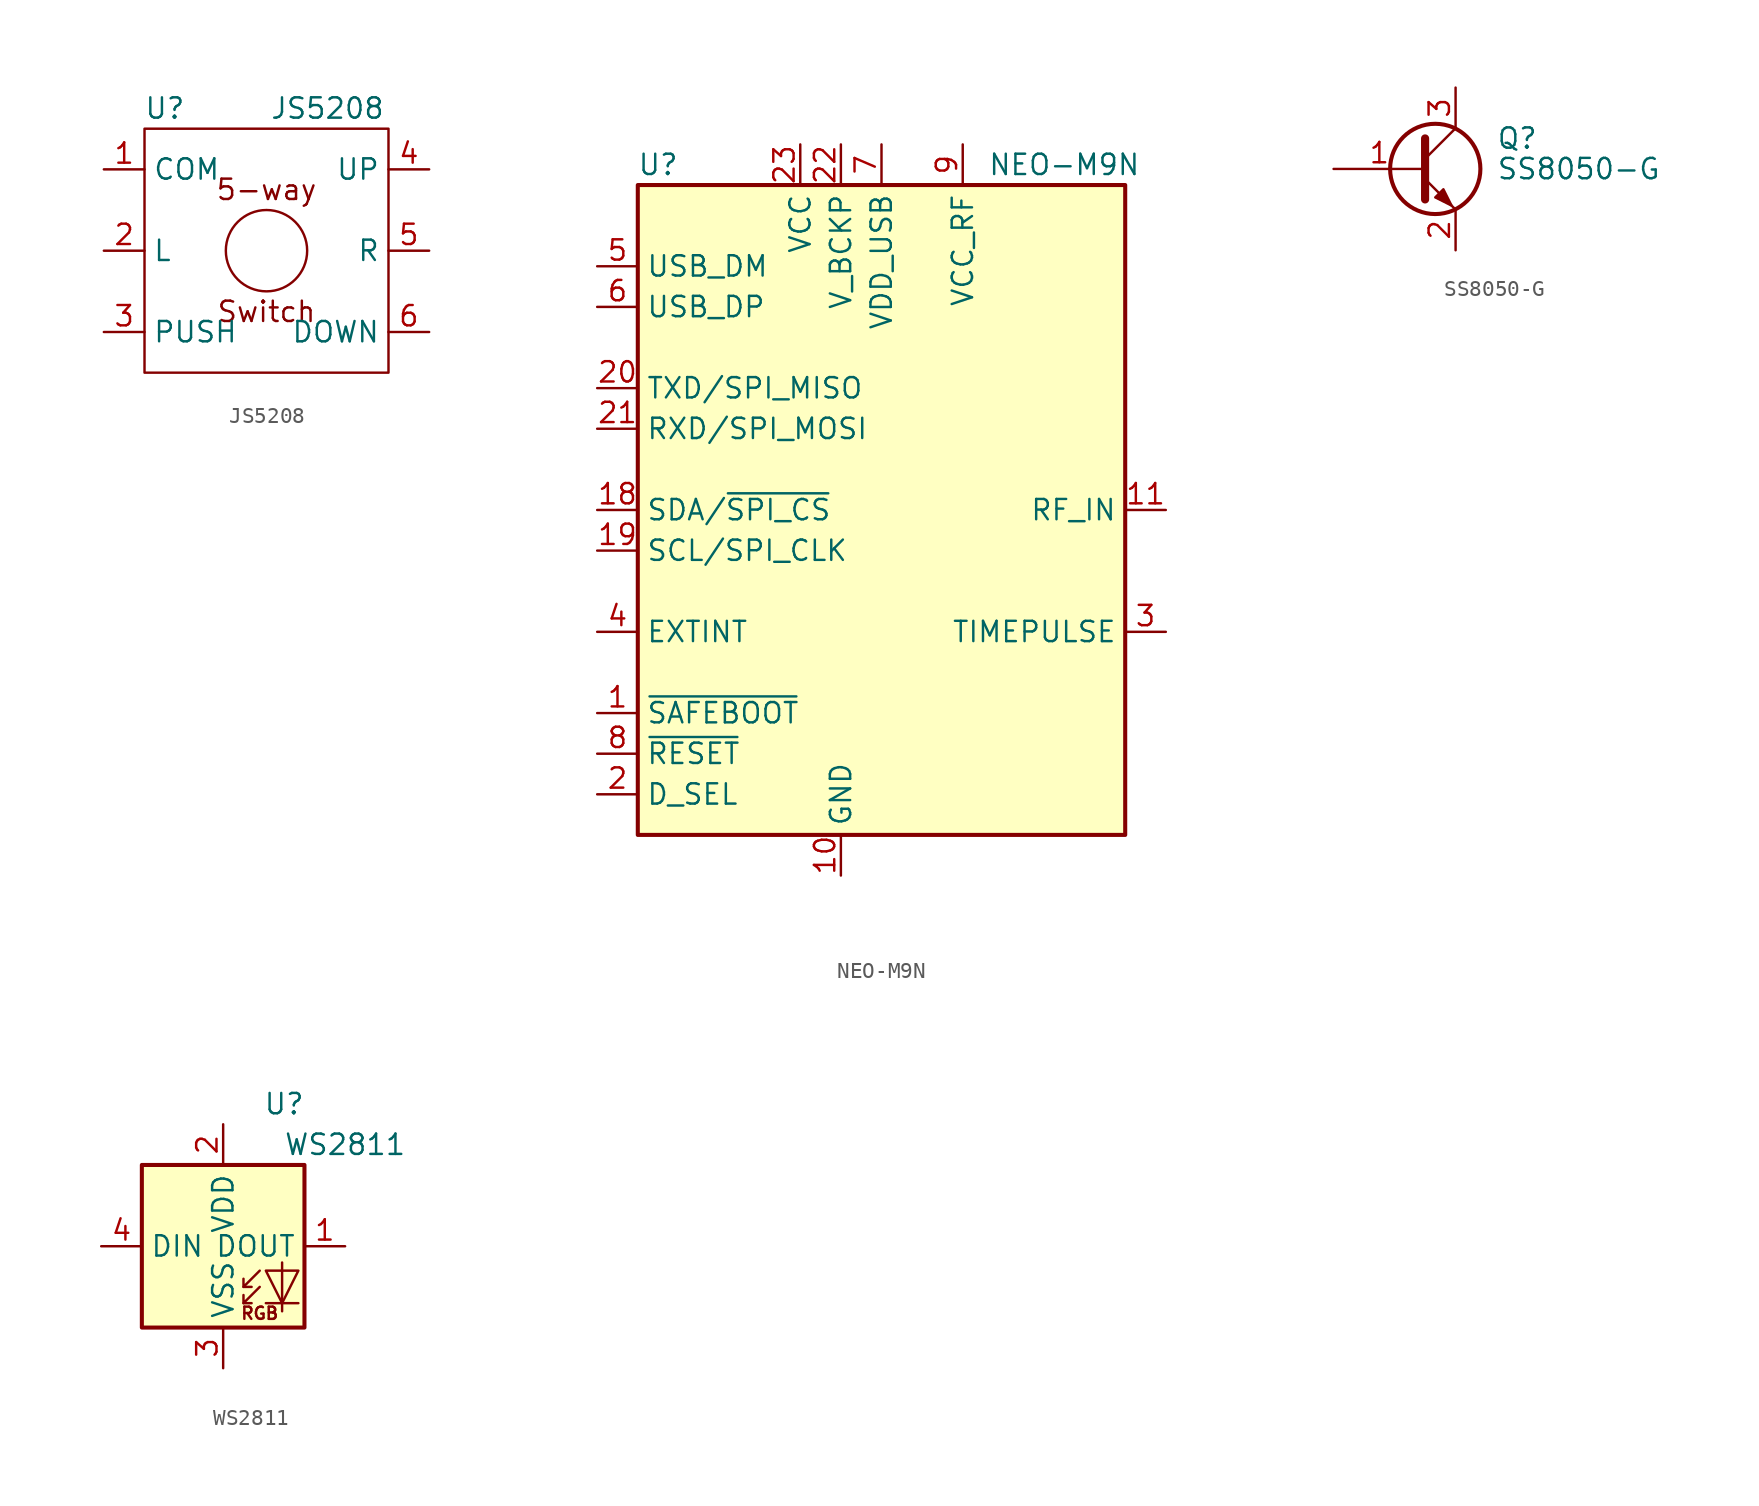
<source format=kicad_sym>
(kicad_symbol_lib
  (version 20211014)
  (generator kicad_symbol_editor)
  (symbol "JS5208"
    (property "Reference" "U"
      (at -6.35 8.89 0)
      (effects (font (size 1.27 1.27))))
    (property "Value" "JS5208"
      (at 3.81 8.89 0)
      (effects (font (size 1.27 1.27))))
    (symbol "JS5208_0_0"
      (text "5-way" (at 0 3.81 0) (effects (font (size 1.27 1.27))))
      (text "Switch" (at 0 -3.81 0) (effects (font (size 1.27 1.27))))
      (pin passive line (at -10.16 -5.08 0) (length 2.54) (name "PUSH" (effects (font (size 1.27 1.27)))) (number "3" (effects (font (size 1.27 1.27)))))
      (pin passive line (at 10.16 5.08 180) (length 2.54) (name "UP" (effects (font (size 1.27 1.27)))) (number "4" (effects (font (size 1.27 1.27)))))
      (pin passive line (at 10.16 0 180) (length 2.54) (name "R" (effects (font (size 1.27 1.27)))) (number "5" (effects (font (size 1.27 1.27)))))
      (pin passive line (at 10.16 -5.08 180) (length 2.54) (name "DOWN" (effects (font (size 1.27 1.27)))) (number "6" (effects (font (size 1.27 1.27))))))
    (symbol "JS5208_0_1"
      (rectangle (start -7.62 7.62) (end 7.62 -7.62) (stroke (width 0) (type default) (color 0 0 0 0)) (fill (type none)))
      (circle (center 0 0) (radius 2.54) (stroke (width 0) (type default) (color 0 0 0 0)) (fill (type none))))
    (symbol "JS5208_1_1"
      (pin passive line (at -10.16 5.08 0) (length 2.54) (name "COM" (effects (font (size 1.27 1.27)))) (number "1" (effects (font (size 1.27 1.27)))))
      (pin passive line (at -10.16 0 0) (length 2.54) (name "L" (effects (font (size 1.27 1.27)))) (number "2" (effects (font (size 1.27 1.27)))))))
  (symbol "NEO-M9N"
    (property "Reference" "U"
      (at -13.97 21.59 0)
      (effects (font (size 1.27 1.27))))
    (property "Value" "NEO-M9N"
      (at 11.43 21.59 0)
      (effects (font (size 1.27 1.27))))
    (symbol "NEO-M9N_0_1"
      (rectangle (start -15.24 20.32) (end 15.24 -20.32) (stroke (width 0.254) (type default) (color 0 0 0 0)) (fill (type background))))
    (symbol "NEO-M9N_1_1"
      (pin input line (at -17.78 -12.7 0) (length 2.54) (name "~{SAFEBOOT}" (effects (font (size 1.27 1.27)))) (number "1" (effects (font (size 1.27 1.27)))))
      (pin power_in line (at -2.54 -22.86 90) (length 2.54) (name "GND" (effects (font (size 1.27 1.27)))) (number "10" (effects (font (size 1.27 1.27)))))
      (pin input line (at 17.78 0 180) (length 2.54) (name "RF_IN" (effects (font (size 1.27 1.27)))) (number "11" (effects (font (size 1.27 1.27)))))
      (pin passive line (at 2.54 -22.86 90) (length 2.54) hide (name "GND" (effects (font (size 1.27 1.27)))) (number "12" (effects (font (size 1.27 1.27)))))
      (pin passive line (at -5.08 -22.86 90) (length 2.54) hide (name "GND" (effects (font (size 1.27 1.27)))) (number "13" (effects (font (size 1.27 1.27)))))
      (pin output line (at 15.24 -10.16 180) (length 2.54) hide (name "LNA_EN" (effects (font (size 1.27 1.27)))) (number "14" (effects (font (size 1.27 1.27)))))
      (pin no_connect line (at 15.24 -12.7 180) (length 2.54) hide (name "RESERVED" (effects (font (size 1.27 1.27)))) (number "15" (effects (font (size 1.27 1.27)))))
      (pin no_connect line (at 15.24 -15.24 180) (length 2.54) hide (name "RESERVED" (effects (font (size 1.27 1.27)))) (number "16" (effects (font (size 1.27 1.27)))))
      (pin no_connect line (at 15.24 -17.78 180) (length 2.54) hide (name "RESERVED" (effects (font (size 1.27 1.27)))) (number "17" (effects (font (size 1.27 1.27)))))
      (pin bidirectional line (at -17.78 0 0) (length 2.54) (name "SDA/~{SPI_CS}" (effects (font (size 1.27 1.27)))) (number "18" (effects (font (size 1.27 1.27)))))
      (pin input line (at -17.78 -2.54 0) (length 2.54) (name "SCL/SPI_CLK" (effects (font (size 1.27 1.27)))) (number "19" (effects (font (size 1.27 1.27)))))
      (pin input line (at -17.78 -17.78 0) (length 2.54) (name "D_SEL" (effects (font (size 1.27 1.27)))) (number "2" (effects (font (size 1.27 1.27)))))
      (pin output line (at -17.78 7.62 0) (length 2.54) (name "TXD/SPI_MISO" (effects (font (size 1.27 1.27)))) (number "20" (effects (font (size 1.27 1.27)))))
      (pin input line (at -17.78 5.08 0) (length 2.54) (name "RXD/SPI_MOSI" (effects (font (size 1.27 1.27)))) (number "21" (effects (font (size 1.27 1.27)))))
      (pin power_in line (at -2.54 22.86 270) (length 2.54) (name "V_BCKP" (effects (font (size 1.27 1.27)))) (number "22" (effects (font (size 1.27 1.27)))))
      (pin power_in line (at -5.08 22.86 270) (length 2.54) (name "VCC" (effects (font (size 1.27 1.27)))) (number "23" (effects (font (size 1.27 1.27)))))
      (pin passive line (at 0 -22.86 90) (length 2.54) hide (name "GND" (effects (font (size 1.27 1.27)))) (number "24" (effects (font (size 1.27 1.27)))))
      (pin output line (at 17.78 -7.62 180) (length 2.54) (name "TIMEPULSE" (effects (font (size 1.27 1.27)))) (number "3" (effects (font (size 1.27 1.27)))))
      (pin input line (at -17.78 -7.62 0) (length 2.54) (name "EXTINT" (effects (font (size 1.27 1.27)))) (number "4" (effects (font (size 1.27 1.27)))))
      (pin bidirectional line (at -17.78 15.24 0) (length 2.54) (name "USB_DM" (effects (font (size 1.27 1.27)))) (number "5" (effects (font (size 1.27 1.27)))))
      (pin bidirectional line (at -17.78 12.7 0) (length 2.54) (name "USB_DP" (effects (font (size 1.27 1.27)))) (number "6" (effects (font (size 1.27 1.27)))))
      (pin power_in line (at 0 22.86 270) (length 2.54) (name "VDD_USB" (effects (font (size 1.27 1.27)))) (number "7" (effects (font (size 1.27 1.27)))))
      (pin input line (at -17.78 -15.24 0) (length 2.54) (name "~{RESET}" (effects (font (size 1.27 1.27)))) (number "8" (effects (font (size 1.27 1.27)))))
      (pin power_out line (at 5.08 22.86 270) (length 2.54) (name "VCC_RF" (effects (font (size 1.27 1.27)))) (number "9" (effects (font (size 1.27 1.27)))))))
  (symbol "SS8050-G"
    (pin_names
      (offset 0) hide)
    (property "Reference" "Q"
      (at 5.08 1.905 0)
      (effects (font (size 1.27 1.27)) (justify left)))
    (property "Value" "SS8050-G"
      (at 5.08 0 0)
      (effects (font (size 1.27 1.27)) (justify left)))
    (symbol "SS8050-G_0_1"
      (polyline (pts (xy 0.635 0.635) (xy 2.54 2.54)) (stroke (width 0) (type default) (color 0 0 0 0)) (fill (type none)))
      (polyline (pts (xy 0.635 -0.635) (xy 2.54 -2.54) (xy 2.54 -2.54)) (stroke (width 0) (type default) (color 0 0 0 0)) (fill (type none)))
      (polyline (pts (xy 0.635 1.905) (xy 0.635 -1.905) (xy 0.635 -1.905)) (stroke (width 0.508) (type default) (color 0 0 0 0)) (fill (type none)))
      (polyline (pts (xy 1.27 -1.778) (xy 1.778 -1.27) (xy 2.286 -2.286) (xy 1.27 -1.778) (xy 1.27 -1.778)) (stroke (width 0) (type default) (color 0 0 0 0)) (fill (type outline)))
      (circle (center 1.27 0) (radius 2.819) (stroke (width 0.254) (type default) (color 0 0 0 0)) (fill (type none))))
    (symbol "SS8050-G_1_1"
      (pin input line (at -5.08 0 0) (length 5.715) (name "B" (effects (font (size 1.27 1.27)))) (number "1" (effects (font (size 1.27 1.27)))))
      (pin passive line (at 2.54 -5.08 90) (length 2.54) (name "E" (effects (font (size 1.27 1.27)))) (number "2" (effects (font (size 1.27 1.27)))))
      (pin passive line (at 2.54 5.08 270) (length 2.54) (name "C" (effects (font (size 1.27 1.27)))) (number "3" (effects (font (size 1.27 1.27)))))))
  (symbol "WS2811"
    (property "Reference" "U"
      (at 3.81 8.89 0)
      (effects (font (size 1.27 1.27))))
    (property "Value" "WS2811"
      (at 7.62 6.35 0)
      (effects (font (size 1.27 1.27))))
    (symbol "WS2811_0_0"
      (text "RGB" (at 2.286 -4.191 0) (effects (font (size 0.762 0.762)))))
    (symbol "WS2811_0_1"
      (polyline (pts (xy 1.27 -3.556) (xy 1.778 -3.556)) (stroke (width 0) (type default) (color 0 0 0 0)) (fill (type none)))
      (polyline (pts (xy 1.27 -2.54) (xy 1.778 -2.54)) (stroke (width 0) (type default) (color 0 0 0 0)) (fill (type none)))
      (polyline (pts (xy 4.699 -3.556) (xy 2.667 -3.556)) (stroke (width 0) (type default) (color 0 0 0 0)) (fill (type none)))
      (polyline (pts (xy 2.286 -2.54) (xy 1.27 -3.556) (xy 1.27 -3.048)) (stroke (width 0) (type default) (color 0 0 0 0)) (fill (type none)))
      (polyline (pts (xy 2.286 -1.524) (xy 1.27 -2.54) (xy 1.27 -2.032)) (stroke (width 0) (type default) (color 0 0 0 0)) (fill (type none)))
      (polyline (pts (xy 3.683 -1.016) (xy 3.683 -3.556) (xy 3.683 -4.064)) (stroke (width 0) (type default) (color 0 0 0 0)) (fill (type none)))
      (polyline (pts (xy 4.699 -1.524) (xy 2.667 -1.524) (xy 3.683 -3.556) (xy 4.699 -1.524)) (stroke (width 0) (type default) (color 0 0 0 0)) (fill (type none)))
      (rectangle (start 5.08 5.08) (end -5.08 -5.08) (stroke (width 0.254) (type default) (color 0 0 0 0)) (fill (type background))))
    (symbol "WS2811_1_1"
      (pin output line (at 7.62 0 180) (length 2.54) (name "DOUT" (effects (font (size 1.27 1.27)))) (number "1" (effects (font (size 1.27 1.27)))))
      (pin power_in line (at 0 7.62 270) (length 2.54) (name "VDD" (effects (font (size 1.27 1.27)))) (number "2" (effects (font (size 1.27 1.27)))))
      (pin power_in line (at 0 -7.62 90) (length 2.54) (name "VSS" (effects (font (size 1.27 1.27)))) (number "3" (effects (font (size 1.27 1.27)))))
      (pin input line (at -7.62 0 0) (length 2.54) (name "DIN" (effects (font (size 1.27 1.27)))) (number "4" (effects (font (size 1.27 1.27))))))))
</source>
